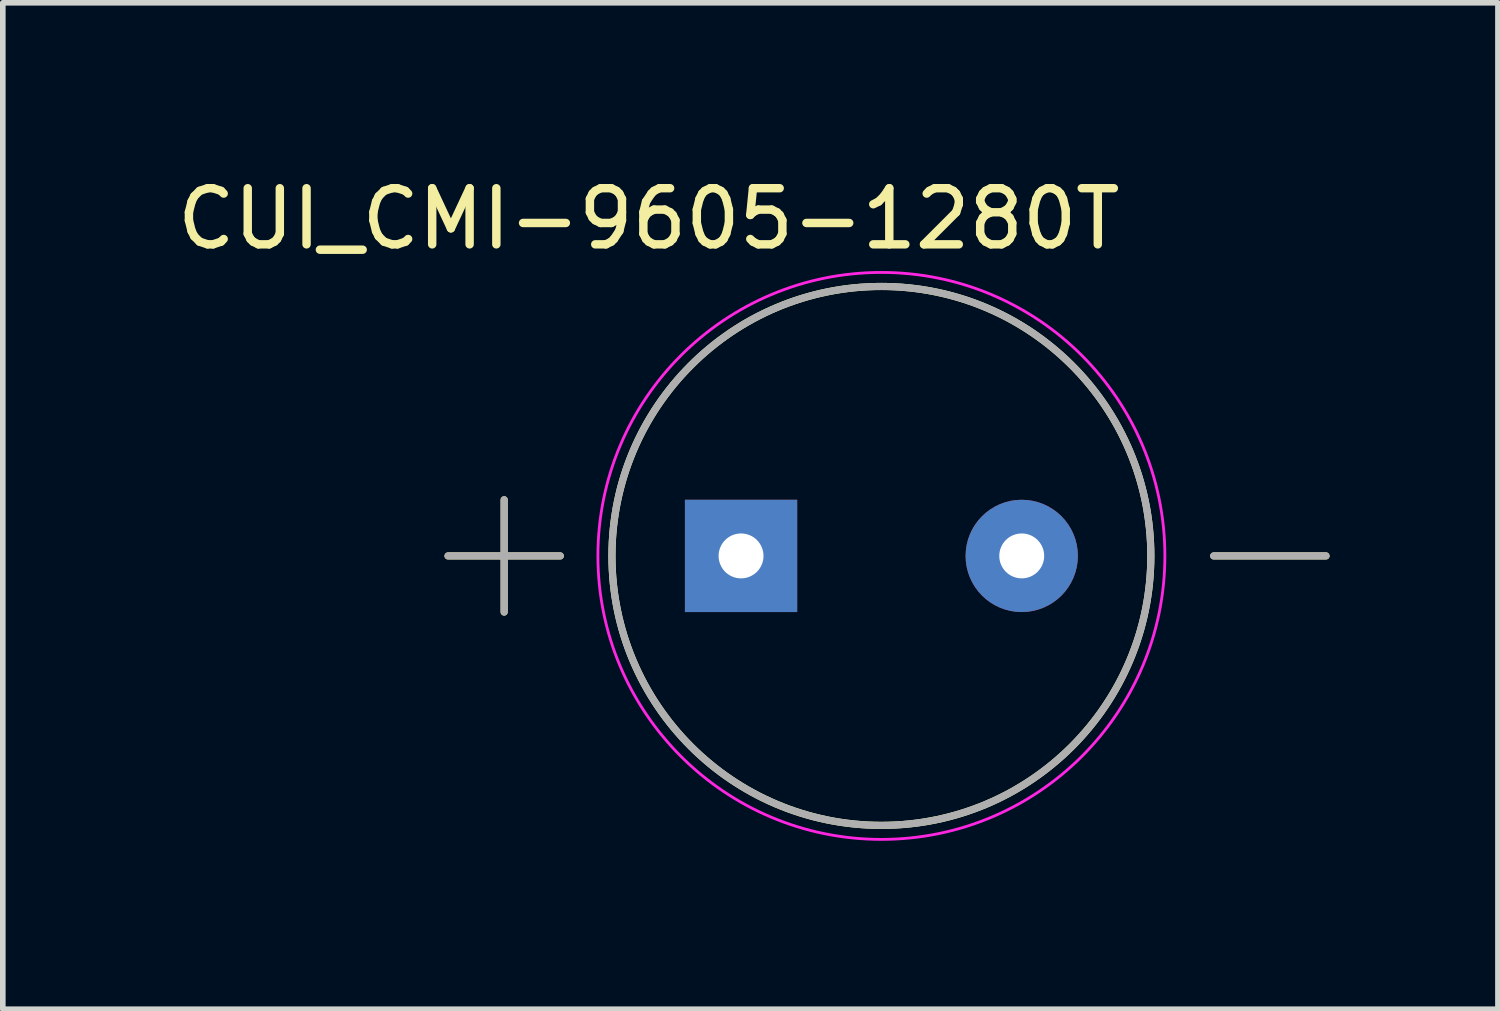
<source format=kicad_pcb>
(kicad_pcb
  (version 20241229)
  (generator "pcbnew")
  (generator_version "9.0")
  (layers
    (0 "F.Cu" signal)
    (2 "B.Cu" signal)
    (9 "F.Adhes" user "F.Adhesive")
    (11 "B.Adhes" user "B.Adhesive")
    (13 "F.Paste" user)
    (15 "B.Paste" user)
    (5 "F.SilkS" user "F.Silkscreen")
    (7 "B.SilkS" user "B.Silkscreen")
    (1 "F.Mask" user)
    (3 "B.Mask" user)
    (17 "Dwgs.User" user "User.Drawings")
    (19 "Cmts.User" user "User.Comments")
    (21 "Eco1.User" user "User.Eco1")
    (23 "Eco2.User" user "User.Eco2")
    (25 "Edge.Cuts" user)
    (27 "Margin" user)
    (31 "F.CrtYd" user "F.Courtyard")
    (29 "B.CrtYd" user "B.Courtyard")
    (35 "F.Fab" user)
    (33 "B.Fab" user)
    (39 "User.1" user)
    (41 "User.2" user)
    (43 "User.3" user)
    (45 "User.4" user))
  (footprint "CUI_CMI-9605-1280T"
    (layer "F.Cu")
    (at 12.651 6.853)
    (property "Reference" "CUI_CMI-9605-1280T" (at -4.145 -6.005 0) (layer "F.SilkS") (effects (font (size 1 1) (thickness 0.15))))
    (attr through_hole)
    (fp_line (start -7.72 0) (end -5.72 0) (stroke (width 0.127) (type solid)) (layer "F.SilkS"))
    (fp_line (start -6.72 -1) (end -6.72 1) (stroke (width 0.127) (type solid)) (layer "F.SilkS"))
    (fp_line (start 5.92 0) (end 7.92 0) (stroke (width 0.127) (type solid)) (layer "F.SilkS"))
    (fp_circle (center 0 0) (end 4.8 0) (stroke (width 0.127) (type solid)) (fill no) (layer "F.SilkS"))
    (fp_circle (center 0 0) (end 5.05 0) (stroke (width 0.05) (type solid)) (fill no) (layer "F.CrtYd"))
    (fp_line (start -7.72 0) (end -5.72 0) (stroke (width 0.127) (type solid)) (layer "F.Fab"))
    (fp_line (start -6.72 -1) (end -6.72 1) (stroke (width 0.127) (type solid)) (layer "F.Fab"))
    (fp_line (start 5.92 0) (end 7.92 0) (stroke (width 0.127) (type solid)) (layer "F.Fab"))
    (fp_circle (center 0 0) (end 4.8 0) (stroke (width 0.127) (type solid)) (fill no) (layer "F.Fab"))
    (pad "N" thru_hole circle (at 2.5 0) (size 2 2) (drill 0.8) (layers "*.Cu" "*.Mask"))
    (pad "P" thru_hole rect (at -2.5 0) (size 2 2) (drill 0.8) (layers "*.Cu" "*.Mask")))
  (gr_rect
    (start -3 -3)
    (end 23.634 14.928)
    (stroke (width 0.1) (type default))
    (fill no)
    (layer "Edge.Cuts")))
</source>
